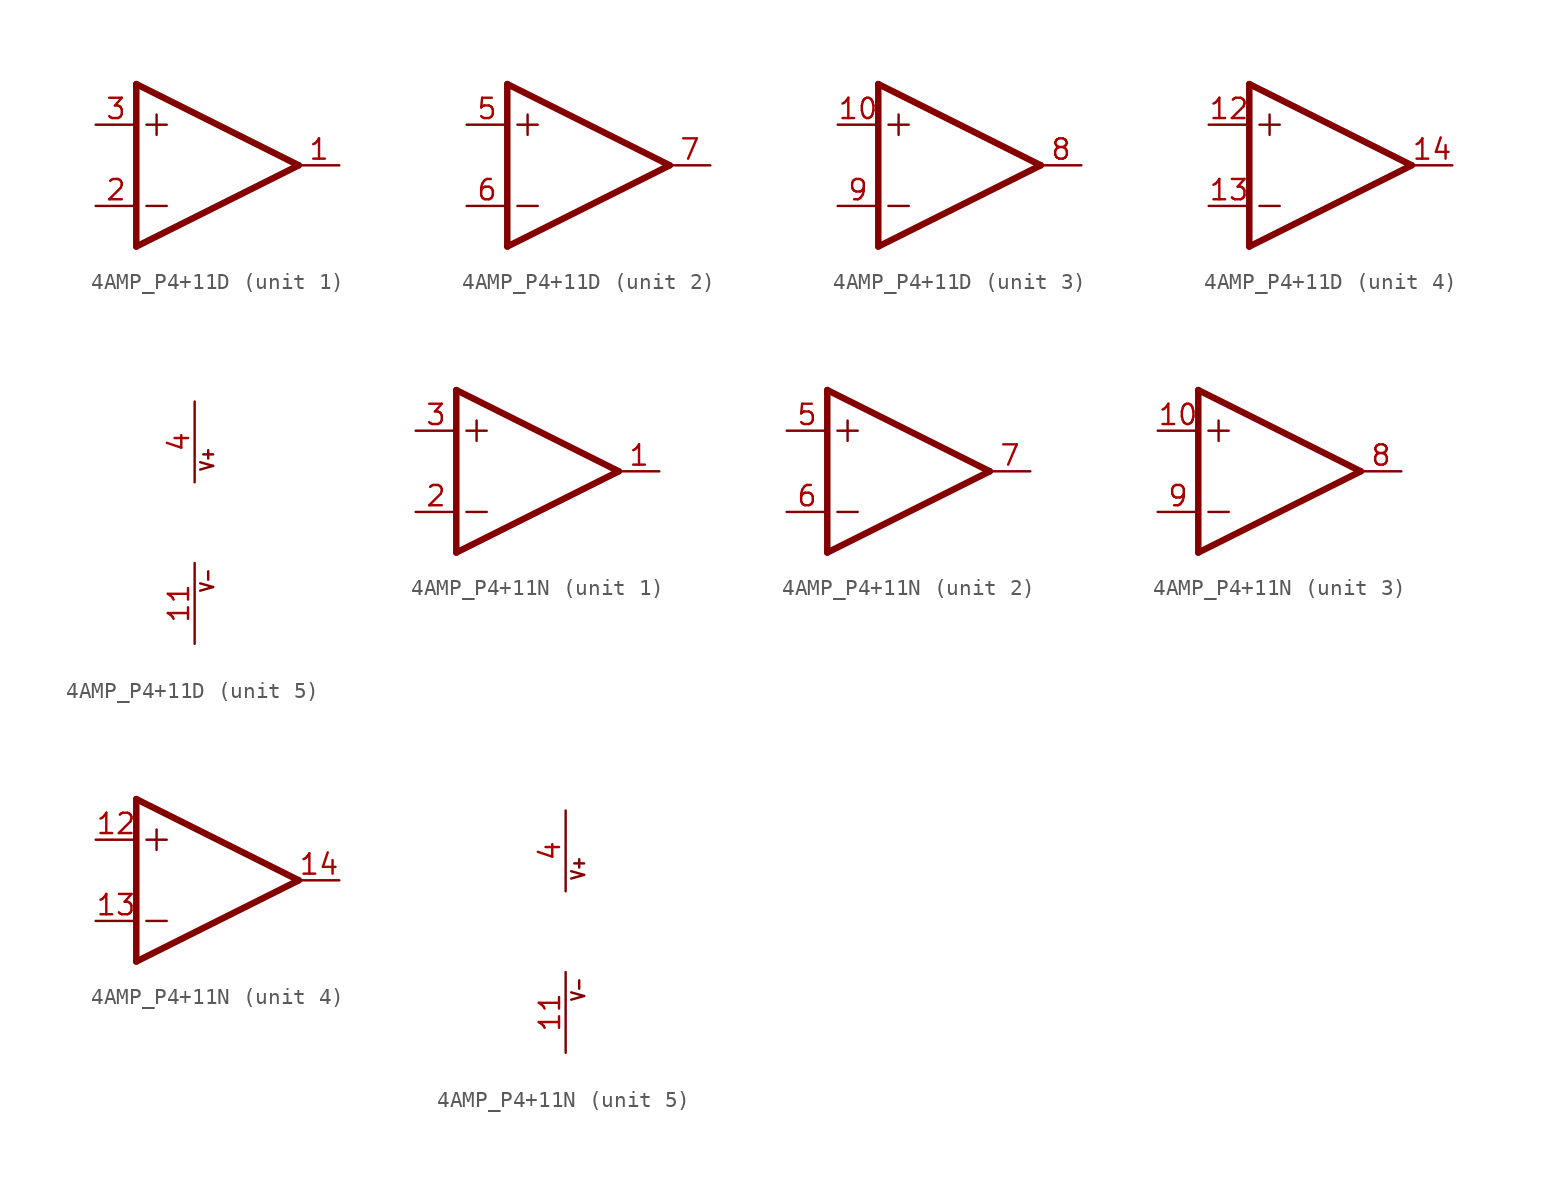
<source format=kicad_sym>
(kicad_symbol_lib
  (version 20231120)
  (generator "kicad_symbol_editor")
  (generator_version "8.0")
  (symbol "4AMP_P4+11D"
    (property "Reference" "IC"
      (at 2.54 3.175 0)
      (effects (font (size 1.778 1.511)) (justify left bottom) (hide yes)))
    (property "ki_locked" ""
      (at 0 0 0)
      (effects (font (size 1.27 1.27))))
    (symbol "4AMP_P4+11D_1_0"
      (polyline (pts (xy -5.08 -5.08) (xy 5.08 0)) (stroke (width 0.406) (type solid)) (fill (type none)))
      (polyline (pts (xy -5.08 5.08) (xy -5.08 -5.08)) (stroke (width 0.406) (type solid)) (fill (type none)))
      (polyline (pts (xy -4.445 -2.54) (xy -3.175 -2.54)) (stroke (width 0.152) (type solid)) (fill (type none)))
      (polyline (pts (xy -4.445 2.54) (xy -3.175 2.54)) (stroke (width 0.152) (type solid)) (fill (type none)))
      (polyline (pts (xy -3.81 3.175) (xy -3.81 1.905)) (stroke (width 0.152) (type solid)) (fill (type none)))
      (polyline (pts (xy 5.08 0) (xy -5.08 5.08)) (stroke (width 0.406) (type solid)) (fill (type none)))
      (pin output line (at 7.62 0 180) (length 2.54) (name "OUT" (effects (font (size 0 0)))) (number "1" (effects (font (size 1.27 1.27)))))
      (pin input line (at -7.62 -2.54 0) (length 2.54) (name "-IN" (effects (font (size 0 0)))) (number "2" (effects (font (size 1.27 1.27)))))
      (pin input line (at -7.62 2.54 0) (length 2.54) (name "+IN" (effects (font (size 0 0)))) (number "3" (effects (font (size 1.27 1.27))))))
    (symbol "4AMP_P4+11D_2_0"
      (polyline (pts (xy -5.08 -5.08) (xy 5.08 0)) (stroke (width 0.406) (type solid)) (fill (type none)))
      (polyline (pts (xy -5.08 5.08) (xy -5.08 -5.08)) (stroke (width 0.406) (type solid)) (fill (type none)))
      (polyline (pts (xy -4.445 -2.54) (xy -3.175 -2.54)) (stroke (width 0.152) (type solid)) (fill (type none)))
      (polyline (pts (xy -4.445 2.54) (xy -3.175 2.54)) (stroke (width 0.152) (type solid)) (fill (type none)))
      (polyline (pts (xy -3.81 3.175) (xy -3.81 1.905)) (stroke (width 0.152) (type solid)) (fill (type none)))
      (polyline (pts (xy 5.08 0) (xy -5.08 5.08)) (stroke (width 0.406) (type solid)) (fill (type none)))
      (pin input line (at -7.62 2.54 0) (length 2.54) (name "+IN" (effects (font (size 0 0)))) (number "5" (effects (font (size 1.27 1.27)))))
      (pin input line (at -7.62 -2.54 0) (length 2.54) (name "-IN" (effects (font (size 0 0)))) (number "6" (effects (font (size 1.27 1.27)))))
      (pin output line (at 7.62 0 180) (length 2.54) (name "OUT" (effects (font (size 0 0)))) (number "7" (effects (font (size 1.27 1.27))))))
    (symbol "4AMP_P4+11D_3_0"
      (polyline (pts (xy -5.08 -5.08) (xy 5.08 0)) (stroke (width 0.406) (type solid)) (fill (type none)))
      (polyline (pts (xy -5.08 5.08) (xy -5.08 -5.08)) (stroke (width 0.406) (type solid)) (fill (type none)))
      (polyline (pts (xy -4.445 -2.54) (xy -3.175 -2.54)) (stroke (width 0.152) (type solid)) (fill (type none)))
      (polyline (pts (xy -4.445 2.54) (xy -3.175 2.54)) (stroke (width 0.152) (type solid)) (fill (type none)))
      (polyline (pts (xy -3.81 3.175) (xy -3.81 1.905)) (stroke (width 0.152) (type solid)) (fill (type none)))
      (polyline (pts (xy 5.08 0) (xy -5.08 5.08)) (stroke (width 0.406) (type solid)) (fill (type none)))
      (pin input line (at -7.62 2.54 0) (length 2.54) (name "+IN" (effects (font (size 0 0)))) (number "10" (effects (font (size 1.27 1.27)))))
      (pin output line (at 7.62 0 180) (length 2.54) (name "OUT" (effects (font (size 0 0)))) (number "8" (effects (font (size 1.27 1.27)))))
      (pin input line (at -7.62 -2.54 0) (length 2.54) (name "-IN" (effects (font (size 0 0)))) (number "9" (effects (font (size 1.27 1.27))))))
    (symbol "4AMP_P4+11D_4_0"
      (polyline (pts (xy -5.08 -5.08) (xy 5.08 0)) (stroke (width 0.406) (type solid)) (fill (type none)))
      (polyline (pts (xy -5.08 5.08) (xy -5.08 -5.08)) (stroke (width 0.406) (type solid)) (fill (type none)))
      (polyline (pts (xy -4.445 -2.54) (xy -3.175 -2.54)) (stroke (width 0.152) (type solid)) (fill (type none)))
      (polyline (pts (xy -4.445 2.54) (xy -3.175 2.54)) (stroke (width 0.152) (type solid)) (fill (type none)))
      (polyline (pts (xy -3.81 3.175) (xy -3.81 1.905)) (stroke (width 0.152) (type solid)) (fill (type none)))
      (polyline (pts (xy 5.08 0) (xy -5.08 5.08)) (stroke (width 0.406) (type solid)) (fill (type none)))
      (pin input line (at -7.62 2.54 0) (length 2.54) (name "+IN" (effects (font (size 0 0)))) (number "12" (effects (font (size 1.27 1.27)))))
      (pin input line (at -7.62 -2.54 0) (length 2.54) (name "-IN" (effects (font (size 0 0)))) (number "13" (effects (font (size 1.27 1.27)))))
      (pin output line (at 7.62 0 180) (length 2.54) (name "OUT" (effects (font (size 0 0)))) (number "14" (effects (font (size 1.27 1.27))))))
    (symbol "4AMP_P4+11D_5_0"
      (text "V+" (at 1.27 3.175 900) (effects (font (size 0.813 0.691)) (justify left bottom)))
      (text "V-" (at 1.27 -4.445 900) (effects (font (size 0.813 0.691)) (justify left bottom)))
      (pin power_in line (at 0 -7.62 90) (length 5.08) (name "V-" (effects (font (size 0 0)))) (number "11" (effects (font (size 1.27 1.27)))))
      (pin power_in line (at 0 7.62 270) (length 5.08) (name "V+" (effects (font (size 0 0)))) (number "4" (effects (font (size 1.27 1.27)))))))
  (symbol "4AMP_P4+11N"
    (property "Reference" "IC"
      (at 2.54 3.175 0)
      (effects (font (size 1.778 1.511)) (justify left bottom) (hide yes)))
    (property "ki_locked" ""
      (at 0 0 0)
      (effects (font (size 1.27 1.27))))
    (symbol "4AMP_P4+11N_1_0"
      (polyline (pts (xy -5.08 -5.08) (xy 5.08 0)) (stroke (width 0.406) (type solid)) (fill (type none)))
      (polyline (pts (xy -5.08 5.08) (xy -5.08 -5.08)) (stroke (width 0.406) (type solid)) (fill (type none)))
      (polyline (pts (xy -4.445 -2.54) (xy -3.175 -2.54)) (stroke (width 0.152) (type solid)) (fill (type none)))
      (polyline (pts (xy -4.445 2.54) (xy -3.175 2.54)) (stroke (width 0.152) (type solid)) (fill (type none)))
      (polyline (pts (xy -3.81 3.175) (xy -3.81 1.905)) (stroke (width 0.152) (type solid)) (fill (type none)))
      (polyline (pts (xy 5.08 0) (xy -5.08 5.08)) (stroke (width 0.406) (type solid)) (fill (type none)))
      (pin output line (at 7.62 0 180) (length 2.54) (name "OUT" (effects (font (size 0 0)))) (number "1" (effects (font (size 1.27 1.27)))))
      (pin input line (at -7.62 -2.54 0) (length 2.54) (name "-IN" (effects (font (size 0 0)))) (number "2" (effects (font (size 1.27 1.27)))))
      (pin input line (at -7.62 2.54 0) (length 2.54) (name "+IN" (effects (font (size 0 0)))) (number "3" (effects (font (size 1.27 1.27))))))
    (symbol "4AMP_P4+11N_2_0"
      (polyline (pts (xy -5.08 -5.08) (xy 5.08 0)) (stroke (width 0.406) (type solid)) (fill (type none)))
      (polyline (pts (xy -5.08 5.08) (xy -5.08 -5.08)) (stroke (width 0.406) (type solid)) (fill (type none)))
      (polyline (pts (xy -4.445 -2.54) (xy -3.175 -2.54)) (stroke (width 0.152) (type solid)) (fill (type none)))
      (polyline (pts (xy -4.445 2.54) (xy -3.175 2.54)) (stroke (width 0.152) (type solid)) (fill (type none)))
      (polyline (pts (xy -3.81 3.175) (xy -3.81 1.905)) (stroke (width 0.152) (type solid)) (fill (type none)))
      (polyline (pts (xy 5.08 0) (xy -5.08 5.08)) (stroke (width 0.406) (type solid)) (fill (type none)))
      (pin input line (at -7.62 2.54 0) (length 2.54) (name "+IN" (effects (font (size 0 0)))) (number "5" (effects (font (size 1.27 1.27)))))
      (pin input line (at -7.62 -2.54 0) (length 2.54) (name "-IN" (effects (font (size 0 0)))) (number "6" (effects (font (size 1.27 1.27)))))
      (pin output line (at 7.62 0 180) (length 2.54) (name "OUT" (effects (font (size 0 0)))) (number "7" (effects (font (size 1.27 1.27))))))
    (symbol "4AMP_P4+11N_3_0"
      (polyline (pts (xy -5.08 -5.08) (xy 5.08 0)) (stroke (width 0.406) (type solid)) (fill (type none)))
      (polyline (pts (xy -5.08 5.08) (xy -5.08 -5.08)) (stroke (width 0.406) (type solid)) (fill (type none)))
      (polyline (pts (xy -4.445 -2.54) (xy -3.175 -2.54)) (stroke (width 0.152) (type solid)) (fill (type none)))
      (polyline (pts (xy -4.445 2.54) (xy -3.175 2.54)) (stroke (width 0.152) (type solid)) (fill (type none)))
      (polyline (pts (xy -3.81 3.175) (xy -3.81 1.905)) (stroke (width 0.152) (type solid)) (fill (type none)))
      (polyline (pts (xy 5.08 0) (xy -5.08 5.08)) (stroke (width 0.406) (type solid)) (fill (type none)))
      (pin input line (at -7.62 2.54 0) (length 2.54) (name "+IN" (effects (font (size 0 0)))) (number "10" (effects (font (size 1.27 1.27)))))
      (pin output line (at 7.62 0 180) (length 2.54) (name "OUT" (effects (font (size 0 0)))) (number "8" (effects (font (size 1.27 1.27)))))
      (pin input line (at -7.62 -2.54 0) (length 2.54) (name "-IN" (effects (font (size 0 0)))) (number "9" (effects (font (size 1.27 1.27))))))
    (symbol "4AMP_P4+11N_4_0"
      (polyline (pts (xy -5.08 -5.08) (xy 5.08 0)) (stroke (width 0.406) (type solid)) (fill (type none)))
      (polyline (pts (xy -5.08 5.08) (xy -5.08 -5.08)) (stroke (width 0.406) (type solid)) (fill (type none)))
      (polyline (pts (xy -4.445 -2.54) (xy -3.175 -2.54)) (stroke (width 0.152) (type solid)) (fill (type none)))
      (polyline (pts (xy -4.445 2.54) (xy -3.175 2.54)) (stroke (width 0.152) (type solid)) (fill (type none)))
      (polyline (pts (xy -3.81 3.175) (xy -3.81 1.905)) (stroke (width 0.152) (type solid)) (fill (type none)))
      (polyline (pts (xy 5.08 0) (xy -5.08 5.08)) (stroke (width 0.406) (type solid)) (fill (type none)))
      (pin input line (at -7.62 2.54 0) (length 2.54) (name "+IN" (effects (font (size 0 0)))) (number "12" (effects (font (size 1.27 1.27)))))
      (pin input line (at -7.62 -2.54 0) (length 2.54) (name "-IN" (effects (font (size 0 0)))) (number "13" (effects (font (size 1.27 1.27)))))
      (pin output line (at 7.62 0 180) (length 2.54) (name "OUT" (effects (font (size 0 0)))) (number "14" (effects (font (size 1.27 1.27))))))
    (symbol "4AMP_P4+11N_5_0"
      (text "V+" (at 1.27 3.175 900) (effects (font (size 0.813 0.691)) (justify left bottom)))
      (text "V-" (at 1.27 -4.445 900) (effects (font (size 0.813 0.691)) (justify left bottom)))
      (pin power_in line (at 0 -7.62 90) (length 5.08) (name "V-" (effects (font (size 0 0)))) (number "11" (effects (font (size 1.27 1.27)))))
      (pin power_in line (at 0 7.62 270) (length 5.08) (name "V+" (effects (font (size 0 0)))) (number "4" (effects (font (size 1.27 1.27))))))))
</source>
